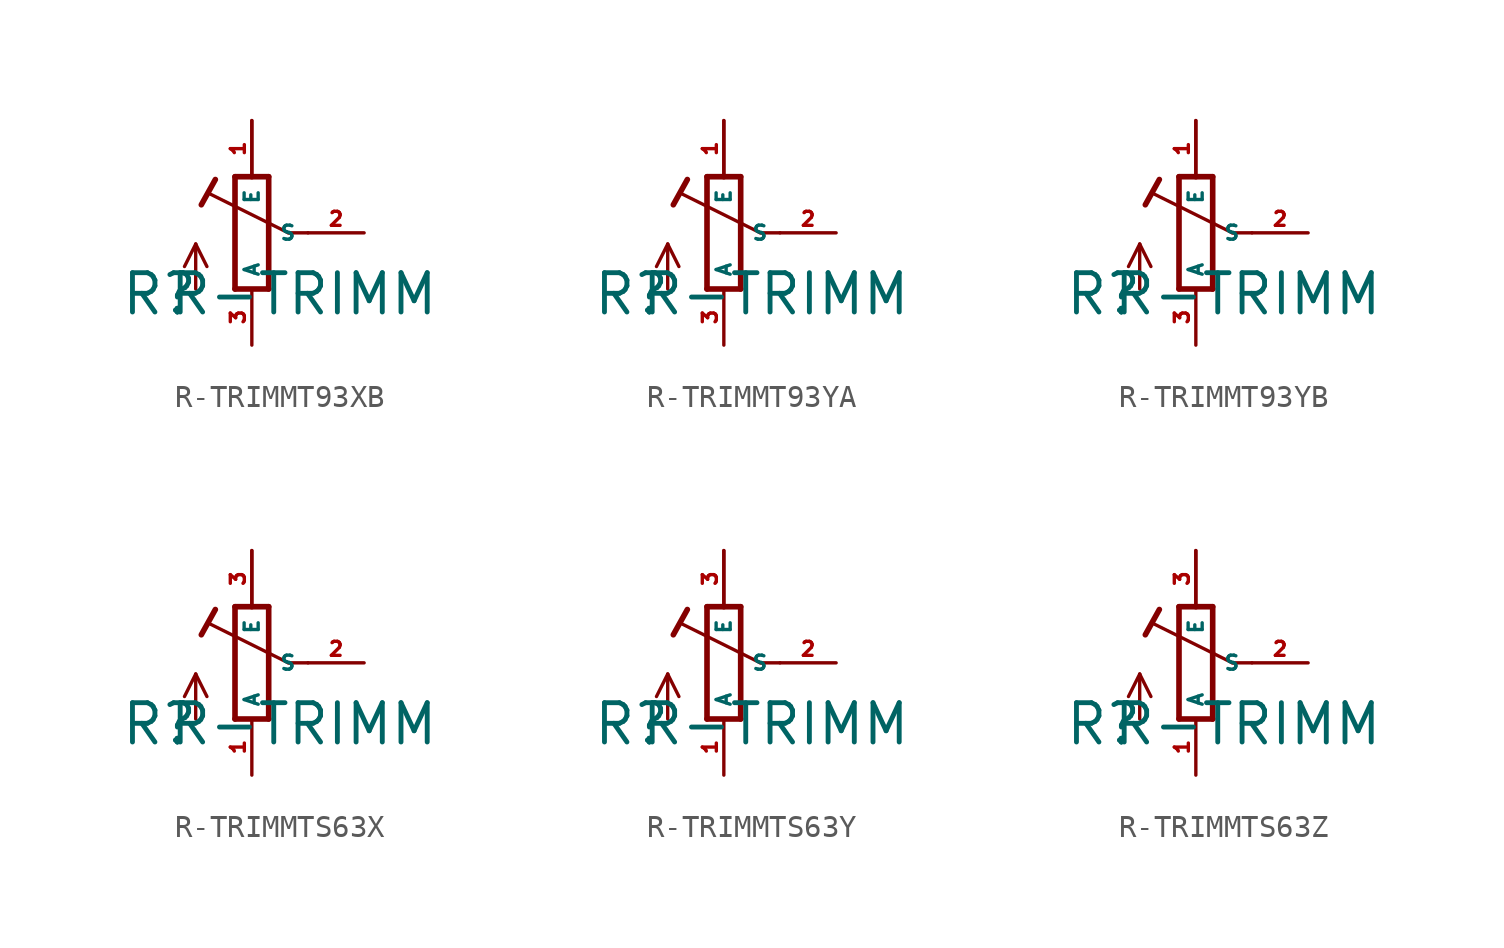
<source format=kicad_sym>
(kicad_symbol_lib
  (version 20220914)
  (generator Eagle2Kicad)
  (symbol "R-TRIMMT93XB"
    (property "Reference" "R"
      (at -5.969 -3.81 0)
      (effects (font (size 1.778 1.778) (thickness 0.22)) (justify left bottom)))
    (property "Value" "R-TRIMM"
      (at -3.81 -3.81 0)
      (effects (font (size 1.778 1.778) (thickness 0.22)) (justify left bottom)))
    (polyline
      (pts (xy 0.762 2.54) (xy 0 2.54))
      (stroke (width 0.254) (type default))
      (fill (type none)))
    (polyline
      (pts (xy -0.762 2.54) (xy -0.762 -2.54))
      (stroke (width 0.254) (type default))
      (fill (type none)))
    (polyline
      (pts (xy 0.762 -2.54) (xy 0.762 2.54))
      (stroke (width 0.254) (type default))
      (fill (type none)))
    (polyline
      (pts (xy 2.54 0) (xy 1.651 0))
      (stroke (width 0.152) (type default))
      (fill (type none)))
    (polyline
      (pts (xy 1.651 0) (xy -1.88 1.753))
      (stroke (width 0.152) (type default))
      (fill (type none)))
    (polyline
      (pts (xy 0 2.54) (xy 0 5.08))
      (stroke (width 0.152) (type default))
      (fill (type none)))
    (polyline
      (pts (xy 0 2.54) (xy -0.762 2.54))
      (stroke (width 0.254) (type default))
      (fill (type none)))
    (polyline
      (pts (xy -0.762 -2.54) (xy 0.762 -2.54))
      (stroke (width 0.254) (type default))
      (fill (type none)))
    (polyline
      (pts (xy -2.286 1.27) (xy -1.651 2.413))
      (stroke (width 0.254) (type default))
      (fill (type none)))
    (polyline
      (pts (xy -2.54 -2.54) (xy -2.54 -0.508))
      (stroke (width 0.152) (type default))
      (fill (type none)))
    (polyline
      (pts (xy -2.54 -0.508) (xy -3.048 -1.524))
      (stroke (width 0.152) (type default))
      (fill (type none)))
    (polyline
      (pts (xy -2.54 -0.508) (xy -2.032 -1.524))
      (stroke (width 0.152) (type default))
      (fill (type none)))
    (pin passive line
      (at 0 -5.08 90)
      (length 2.54)
      (name "A" (effects (font (size 0.635 0.635) (thickness 0.08)) (justify left bottom)))
      (number "3" (effects (font (size 0.635 0.635) (thickness 0.08)) (justify left bottom))))
    (pin passive line
      (at 0 5.08 270)
      (length 2.54)
      (name "E" (effects (font (size 0.635 0.635) (thickness 0.08)) (justify left bottom)))
      (number "1" (effects (font (size 0.635 0.635) (thickness 0.08)) (justify left bottom))))
    (pin passive line
      (at 5.08 0 180)
      (length 2.54)
      (name "S" (effects (font (size 0.635 0.635) (thickness 0.08)) (justify left bottom)))
      (number "2" (effects (font (size 0.635 0.635) (thickness 0.08)) (justify left bottom)))))
  (symbol "R-TRIMMT93YA"
    (property "Reference" "R"
      (at -5.969 -3.81 0)
      (effects (font (size 1.778 1.778) (thickness 0.22)) (justify left bottom)))
    (property "Value" "R-TRIMM"
      (at -3.81 -3.81 0)
      (effects (font (size 1.778 1.778) (thickness 0.22)) (justify left bottom)))
    (polyline
      (pts (xy 0.762 2.54) (xy 0 2.54))
      (stroke (width 0.254) (type default))
      (fill (type none)))
    (polyline
      (pts (xy -0.762 2.54) (xy -0.762 -2.54))
      (stroke (width 0.254) (type default))
      (fill (type none)))
    (polyline
      (pts (xy 0.762 -2.54) (xy 0.762 2.54))
      (stroke (width 0.254) (type default))
      (fill (type none)))
    (polyline
      (pts (xy 2.54 0) (xy 1.651 0))
      (stroke (width 0.152) (type default))
      (fill (type none)))
    (polyline
      (pts (xy 1.651 0) (xy -1.88 1.753))
      (stroke (width 0.152) (type default))
      (fill (type none)))
    (polyline
      (pts (xy 0 2.54) (xy 0 5.08))
      (stroke (width 0.152) (type default))
      (fill (type none)))
    (polyline
      (pts (xy 0 2.54) (xy -0.762 2.54))
      (stroke (width 0.254) (type default))
      (fill (type none)))
    (polyline
      (pts (xy -0.762 -2.54) (xy 0.762 -2.54))
      (stroke (width 0.254) (type default))
      (fill (type none)))
    (polyline
      (pts (xy -2.286 1.27) (xy -1.651 2.413))
      (stroke (width 0.254) (type default))
      (fill (type none)))
    (polyline
      (pts (xy -2.54 -2.54) (xy -2.54 -0.508))
      (stroke (width 0.152) (type default))
      (fill (type none)))
    (polyline
      (pts (xy -2.54 -0.508) (xy -3.048 -1.524))
      (stroke (width 0.152) (type default))
      (fill (type none)))
    (polyline
      (pts (xy -2.54 -0.508) (xy -2.032 -1.524))
      (stroke (width 0.152) (type default))
      (fill (type none)))
    (pin passive line
      (at 0 -5.08 90)
      (length 2.54)
      (name "A" (effects (font (size 0.635 0.635) (thickness 0.08)) (justify left bottom)))
      (number "3" (effects (font (size 0.635 0.635) (thickness 0.08)) (justify left bottom))))
    (pin passive line
      (at 0 5.08 270)
      (length 2.54)
      (name "E" (effects (font (size 0.635 0.635) (thickness 0.08)) (justify left bottom)))
      (number "1" (effects (font (size 0.635 0.635) (thickness 0.08)) (justify left bottom))))
    (pin passive line
      (at 5.08 0 180)
      (length 2.54)
      (name "S" (effects (font (size 0.635 0.635) (thickness 0.08)) (justify left bottom)))
      (number "2" (effects (font (size 0.635 0.635) (thickness 0.08)) (justify left bottom)))))
  (symbol "R-TRIMMT93YB"
    (property "Reference" "R"
      (at -5.969 -3.81 0)
      (effects (font (size 1.778 1.778) (thickness 0.22)) (justify left bottom)))
    (property "Value" "R-TRIMM"
      (at -3.81 -3.81 0)
      (effects (font (size 1.778 1.778) (thickness 0.22)) (justify left bottom)))
    (polyline
      (pts (xy 0.762 2.54) (xy 0 2.54))
      (stroke (width 0.254) (type default))
      (fill (type none)))
    (polyline
      (pts (xy -0.762 2.54) (xy -0.762 -2.54))
      (stroke (width 0.254) (type default))
      (fill (type none)))
    (polyline
      (pts (xy 0.762 -2.54) (xy 0.762 2.54))
      (stroke (width 0.254) (type default))
      (fill (type none)))
    (polyline
      (pts (xy 2.54 0) (xy 1.651 0))
      (stroke (width 0.152) (type default))
      (fill (type none)))
    (polyline
      (pts (xy 1.651 0) (xy -1.88 1.753))
      (stroke (width 0.152) (type default))
      (fill (type none)))
    (polyline
      (pts (xy 0 2.54) (xy 0 5.08))
      (stroke (width 0.152) (type default))
      (fill (type none)))
    (polyline
      (pts (xy 0 2.54) (xy -0.762 2.54))
      (stroke (width 0.254) (type default))
      (fill (type none)))
    (polyline
      (pts (xy -0.762 -2.54) (xy 0.762 -2.54))
      (stroke (width 0.254) (type default))
      (fill (type none)))
    (polyline
      (pts (xy -2.286 1.27) (xy -1.651 2.413))
      (stroke (width 0.254) (type default))
      (fill (type none)))
    (polyline
      (pts (xy -2.54 -2.54) (xy -2.54 -0.508))
      (stroke (width 0.152) (type default))
      (fill (type none)))
    (polyline
      (pts (xy -2.54 -0.508) (xy -3.048 -1.524))
      (stroke (width 0.152) (type default))
      (fill (type none)))
    (polyline
      (pts (xy -2.54 -0.508) (xy -2.032 -1.524))
      (stroke (width 0.152) (type default))
      (fill (type none)))
    (pin passive line
      (at 0 -5.08 90)
      (length 2.54)
      (name "A" (effects (font (size 0.635 0.635) (thickness 0.08)) (justify left bottom)))
      (number "3" (effects (font (size 0.635 0.635) (thickness 0.08)) (justify left bottom))))
    (pin passive line
      (at 0 5.08 270)
      (length 2.54)
      (name "E" (effects (font (size 0.635 0.635) (thickness 0.08)) (justify left bottom)))
      (number "1" (effects (font (size 0.635 0.635) (thickness 0.08)) (justify left bottom))))
    (pin passive line
      (at 5.08 0 180)
      (length 2.54)
      (name "S" (effects (font (size 0.635 0.635) (thickness 0.08)) (justify left bottom)))
      (number "2" (effects (font (size 0.635 0.635) (thickness 0.08)) (justify left bottom)))))
  (symbol "R-TRIMMTS63X"
    (property "Reference" "R"
      (at -5.969 -3.81 0)
      (effects (font (size 1.778 1.778) (thickness 0.22)) (justify left bottom)))
    (property "Value" "R-TRIMM"
      (at -3.81 -3.81 0)
      (effects (font (size 1.778 1.778) (thickness 0.22)) (justify left bottom)))
    (polyline
      (pts (xy 0.762 2.54) (xy 0 2.54))
      (stroke (width 0.254) (type default))
      (fill (type none)))
    (polyline
      (pts (xy -0.762 2.54) (xy -0.762 -2.54))
      (stroke (width 0.254) (type default))
      (fill (type none)))
    (polyline
      (pts (xy 0.762 -2.54) (xy 0.762 2.54))
      (stroke (width 0.254) (type default))
      (fill (type none)))
    (polyline
      (pts (xy 2.54 0) (xy 1.651 0))
      (stroke (width 0.152) (type default))
      (fill (type none)))
    (polyline
      (pts (xy 1.651 0) (xy -1.88 1.753))
      (stroke (width 0.152) (type default))
      (fill (type none)))
    (polyline
      (pts (xy 0 2.54) (xy 0 5.08))
      (stroke (width 0.152) (type default))
      (fill (type none)))
    (polyline
      (pts (xy 0 2.54) (xy -0.762 2.54))
      (stroke (width 0.254) (type default))
      (fill (type none)))
    (polyline
      (pts (xy -0.762 -2.54) (xy 0.762 -2.54))
      (stroke (width 0.254) (type default))
      (fill (type none)))
    (polyline
      (pts (xy -2.286 1.27) (xy -1.651 2.413))
      (stroke (width 0.254) (type default))
      (fill (type none)))
    (polyline
      (pts (xy -2.54 -2.54) (xy -2.54 -0.508))
      (stroke (width 0.152) (type default))
      (fill (type none)))
    (polyline
      (pts (xy -2.54 -0.508) (xy -3.048 -1.524))
      (stroke (width 0.152) (type default))
      (fill (type none)))
    (polyline
      (pts (xy -2.54 -0.508) (xy -2.032 -1.524))
      (stroke (width 0.152) (type default))
      (fill (type none)))
    (pin passive line
      (at 0 -5.08 90)
      (length 2.54)
      (name "A" (effects (font (size 0.635 0.635) (thickness 0.08)) (justify left bottom)))
      (number "1" (effects (font (size 0.635 0.635) (thickness 0.08)) (justify left bottom))))
    (pin passive line
      (at 0 5.08 270)
      (length 2.54)
      (name "E" (effects (font (size 0.635 0.635) (thickness 0.08)) (justify left bottom)))
      (number "3" (effects (font (size 0.635 0.635) (thickness 0.08)) (justify left bottom))))
    (pin passive line
      (at 5.08 0 180)
      (length 2.54)
      (name "S" (effects (font (size 0.635 0.635) (thickness 0.08)) (justify left bottom)))
      (number "2" (effects (font (size 0.635 0.635) (thickness 0.08)) (justify left bottom)))))
  (symbol "R-TRIMMTS63Y"
    (property "Reference" "R"
      (at -5.969 -3.81 0)
      (effects (font (size 1.778 1.778) (thickness 0.22)) (justify left bottom)))
    (property "Value" "R-TRIMM"
      (at -3.81 -3.81 0)
      (effects (font (size 1.778 1.778) (thickness 0.22)) (justify left bottom)))
    (polyline
      (pts (xy 0.762 2.54) (xy 0 2.54))
      (stroke (width 0.254) (type default))
      (fill (type none)))
    (polyline
      (pts (xy -0.762 2.54) (xy -0.762 -2.54))
      (stroke (width 0.254) (type default))
      (fill (type none)))
    (polyline
      (pts (xy 0.762 -2.54) (xy 0.762 2.54))
      (stroke (width 0.254) (type default))
      (fill (type none)))
    (polyline
      (pts (xy 2.54 0) (xy 1.651 0))
      (stroke (width 0.152) (type default))
      (fill (type none)))
    (polyline
      (pts (xy 1.651 0) (xy -1.88 1.753))
      (stroke (width 0.152) (type default))
      (fill (type none)))
    (polyline
      (pts (xy 0 2.54) (xy 0 5.08))
      (stroke (width 0.152) (type default))
      (fill (type none)))
    (polyline
      (pts (xy 0 2.54) (xy -0.762 2.54))
      (stroke (width 0.254) (type default))
      (fill (type none)))
    (polyline
      (pts (xy -0.762 -2.54) (xy 0.762 -2.54))
      (stroke (width 0.254) (type default))
      (fill (type none)))
    (polyline
      (pts (xy -2.286 1.27) (xy -1.651 2.413))
      (stroke (width 0.254) (type default))
      (fill (type none)))
    (polyline
      (pts (xy -2.54 -2.54) (xy -2.54 -0.508))
      (stroke (width 0.152) (type default))
      (fill (type none)))
    (polyline
      (pts (xy -2.54 -0.508) (xy -3.048 -1.524))
      (stroke (width 0.152) (type default))
      (fill (type none)))
    (polyline
      (pts (xy -2.54 -0.508) (xy -2.032 -1.524))
      (stroke (width 0.152) (type default))
      (fill (type none)))
    (pin passive line
      (at 0 -5.08 90)
      (length 2.54)
      (name "A" (effects (font (size 0.635 0.635) (thickness 0.08)) (justify left bottom)))
      (number "1" (effects (font (size 0.635 0.635) (thickness 0.08)) (justify left bottom))))
    (pin passive line
      (at 0 5.08 270)
      (length 2.54)
      (name "E" (effects (font (size 0.635 0.635) (thickness 0.08)) (justify left bottom)))
      (number "3" (effects (font (size 0.635 0.635) (thickness 0.08)) (justify left bottom))))
    (pin passive line
      (at 5.08 0 180)
      (length 2.54)
      (name "S" (effects (font (size 0.635 0.635) (thickness 0.08)) (justify left bottom)))
      (number "2" (effects (font (size 0.635 0.635) (thickness 0.08)) (justify left bottom)))))
  (symbol "R-TRIMMTS63Z"
    (property "Reference" "R"
      (at -5.969 -3.81 0)
      (effects (font (size 1.778 1.778) (thickness 0.22)) (justify left bottom)))
    (property "Value" "R-TRIMM"
      (at -3.81 -3.81 0)
      (effects (font (size 1.778 1.778) (thickness 0.22)) (justify left bottom)))
    (polyline
      (pts (xy 0.762 2.54) (xy 0 2.54))
      (stroke (width 0.254) (type default))
      (fill (type none)))
    (polyline
      (pts (xy -0.762 2.54) (xy -0.762 -2.54))
      (stroke (width 0.254) (type default))
      (fill (type none)))
    (polyline
      (pts (xy 0.762 -2.54) (xy 0.762 2.54))
      (stroke (width 0.254) (type default))
      (fill (type none)))
    (polyline
      (pts (xy 2.54 0) (xy 1.651 0))
      (stroke (width 0.152) (type default))
      (fill (type none)))
    (polyline
      (pts (xy 1.651 0) (xy -1.88 1.753))
      (stroke (width 0.152) (type default))
      (fill (type none)))
    (polyline
      (pts (xy 0 2.54) (xy 0 5.08))
      (stroke (width 0.152) (type default))
      (fill (type none)))
    (polyline
      (pts (xy 0 2.54) (xy -0.762 2.54))
      (stroke (width 0.254) (type default))
      (fill (type none)))
    (polyline
      (pts (xy -0.762 -2.54) (xy 0.762 -2.54))
      (stroke (width 0.254) (type default))
      (fill (type none)))
    (polyline
      (pts (xy -2.286 1.27) (xy -1.651 2.413))
      (stroke (width 0.254) (type default))
      (fill (type none)))
    (polyline
      (pts (xy -2.54 -2.54) (xy -2.54 -0.508))
      (stroke (width 0.152) (type default))
      (fill (type none)))
    (polyline
      (pts (xy -2.54 -0.508) (xy -3.048 -1.524))
      (stroke (width 0.152) (type default))
      (fill (type none)))
    (polyline
      (pts (xy -2.54 -0.508) (xy -2.032 -1.524))
      (stroke (width 0.152) (type default))
      (fill (type none)))
    (pin passive line
      (at 0 -5.08 90)
      (length 2.54)
      (name "A" (effects (font (size 0.635 0.635) (thickness 0.08)) (justify left bottom)))
      (number "1" (effects (font (size 0.635 0.635) (thickness 0.08)) (justify left bottom))))
    (pin passive line
      (at 0 5.08 270)
      (length 2.54)
      (name "E" (effects (font (size 0.635 0.635) (thickness 0.08)) (justify left bottom)))
      (number "3" (effects (font (size 0.635 0.635) (thickness 0.08)) (justify left bottom))))
    (pin passive line
      (at 5.08 0 180)
      (length 2.54)
      (name "S" (effects (font (size 0.635 0.635) (thickness 0.08)) (justify left bottom)))
      (number "2" (effects (font (size 0.635 0.635) (thickness 0.08)) (justify left bottom))))))
</source>
